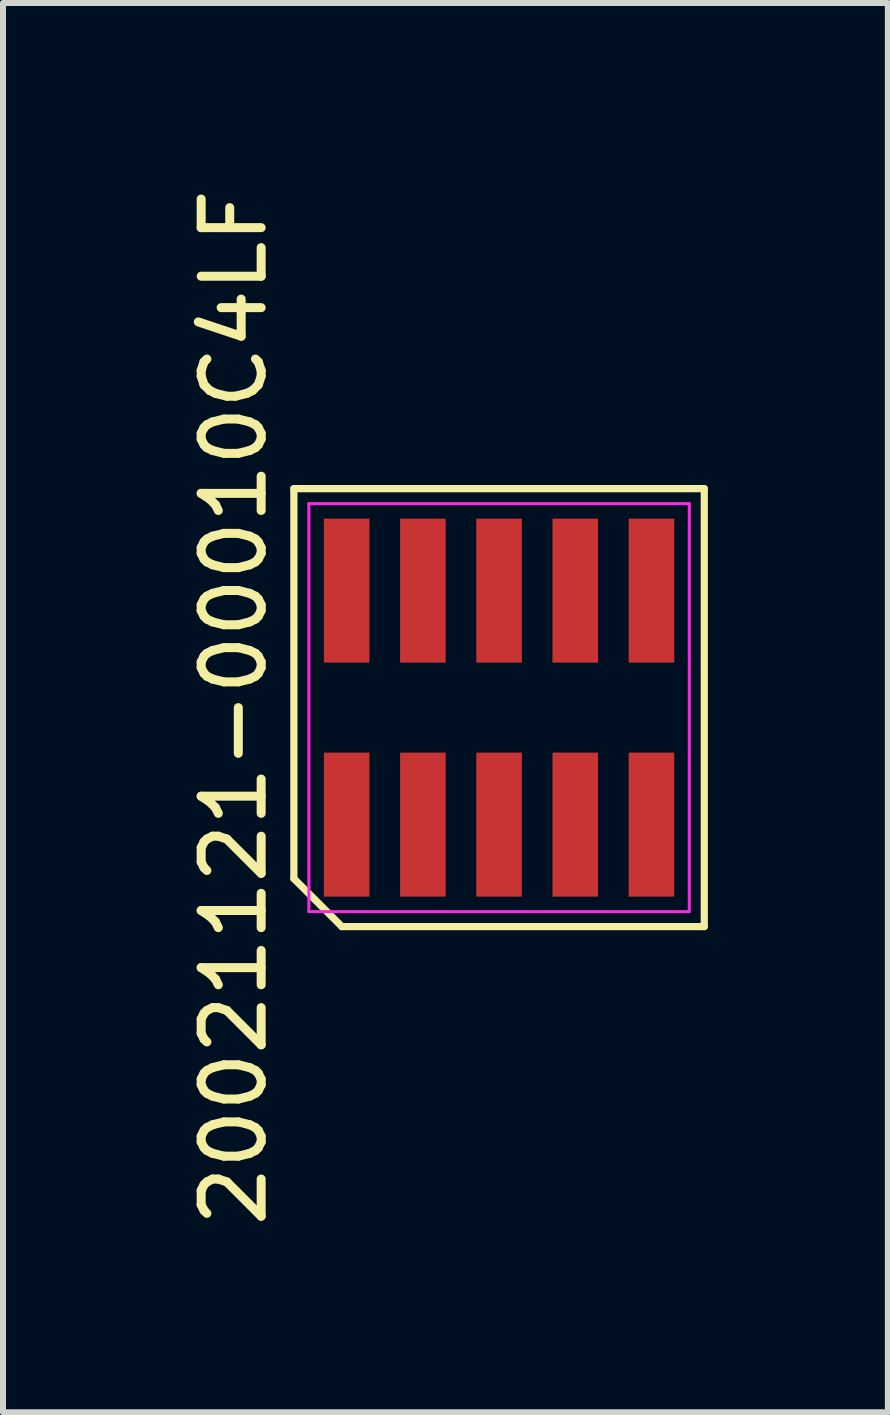
<source format=kicad_pcb>
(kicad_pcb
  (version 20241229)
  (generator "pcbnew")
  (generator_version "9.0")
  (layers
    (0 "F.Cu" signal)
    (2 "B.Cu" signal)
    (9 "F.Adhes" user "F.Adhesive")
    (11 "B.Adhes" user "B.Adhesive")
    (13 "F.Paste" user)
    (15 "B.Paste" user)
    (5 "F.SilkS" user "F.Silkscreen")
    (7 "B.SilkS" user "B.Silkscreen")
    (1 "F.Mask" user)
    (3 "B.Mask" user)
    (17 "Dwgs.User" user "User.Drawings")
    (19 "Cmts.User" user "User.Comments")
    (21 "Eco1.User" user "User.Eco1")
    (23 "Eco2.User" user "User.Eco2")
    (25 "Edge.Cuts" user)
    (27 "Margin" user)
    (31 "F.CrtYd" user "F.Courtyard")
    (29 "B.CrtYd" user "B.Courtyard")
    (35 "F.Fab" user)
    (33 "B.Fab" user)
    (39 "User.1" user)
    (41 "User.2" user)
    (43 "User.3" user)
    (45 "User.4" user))
  (footprint "20021121-00010C4LF"
    (layer "F.Cu")
    (at 5.268 8.744)
    (property "Reference" "20021121-00010C4LF" (at -4.42 0 90) (layer "F.SilkS") (effects (font (size 1 1) (thickness 0.15))))
    (attr through_hole)
    (fp_line (start -3.42 -3.65) (end 3.42 -3.65) (stroke (width 0.12) (type solid)) (layer "F.SilkS"))
    (fp_line (start -3.42 2.85) (end -3.42 -3.65) (stroke (width 0.12) (type solid)) (layer "F.SilkS"))
    (fp_line (start -2.62 3.65) (end -3.42 2.85) (stroke (width 0.12) (type solid)) (layer "F.SilkS"))
    (fp_line (start 3.42 -3.65) (end 3.42 3.65) (stroke (width 0.12) (type solid)) (layer "F.SilkS"))
    (fp_line (start 3.42 3.65) (end -2.62 3.65) (stroke (width 0.12) (type solid)) (layer "F.SilkS"))
    (fp_line (start -3.17 -3.4) (end 3.17 -3.4) (stroke (width 0.05) (type solid)) (layer "F.CrtYd"))
    (fp_line (start -3.17 3.4) (end -3.17 -3.4) (stroke (width 0.05) (type solid)) (layer "F.CrtYd"))
    (fp_line (start 3.17 -3.4) (end 3.17 3.4) (stroke (width 0.05) (type solid)) (layer "F.CrtYd"))
    (fp_line (start 3.17 3.4) (end -3.17 3.4) (stroke (width 0.05) (type solid)) (layer "F.CrtYd"))
    (pad "1" smd rect (at -2.54 1.95) (size 0.76 2.4) (layers "F.Cu" "F.Mask" "F.Paste"))
    (pad "2" smd rect (at -2.54 -1.95) (size 0.76 2.4) (layers "F.Cu" "F.Mask" "F.Paste"))
    (pad "3" smd rect (at -1.27 1.95) (size 0.76 2.4) (layers "F.Cu" "F.Mask" "F.Paste"))
    (pad "4" smd rect (at -1.27 -1.95) (size 0.76 2.4) (layers "F.Cu" "F.Mask" "F.Paste"))
    (pad "5" smd rect (at 0 1.95) (size 0.76 2.4) (layers "F.Cu" "F.Mask" "F.Paste"))
    (pad "6" smd rect (at 0 -1.95) (size 0.76 2.4) (layers "F.Cu" "F.Mask" "F.Paste"))
    (pad "7" smd rect (at 1.27 1.95) (size 0.76 2.4) (layers "F.Cu" "F.Mask" "F.Paste"))
    (pad "8" smd rect (at 1.27 -1.95) (size 0.76 2.4) (layers "F.Cu" "F.Mask" "F.Paste"))
    (pad "9" smd rect (at 2.54 1.95) (size 0.76 2.4) (layers "F.Cu" "F.Mask" "F.Paste"))
    (pad "10" smd rect (at 2.54 -1.95) (size 0.76 2.4) (layers "F.Cu" "F.Mask" "F.Paste")))
  (gr_rect
    (start -3 -3)
    (end 11.748 20.488)
    (stroke (width 0.1) (type default))
    (fill no)
    (layer "Edge.Cuts")))
</source>
